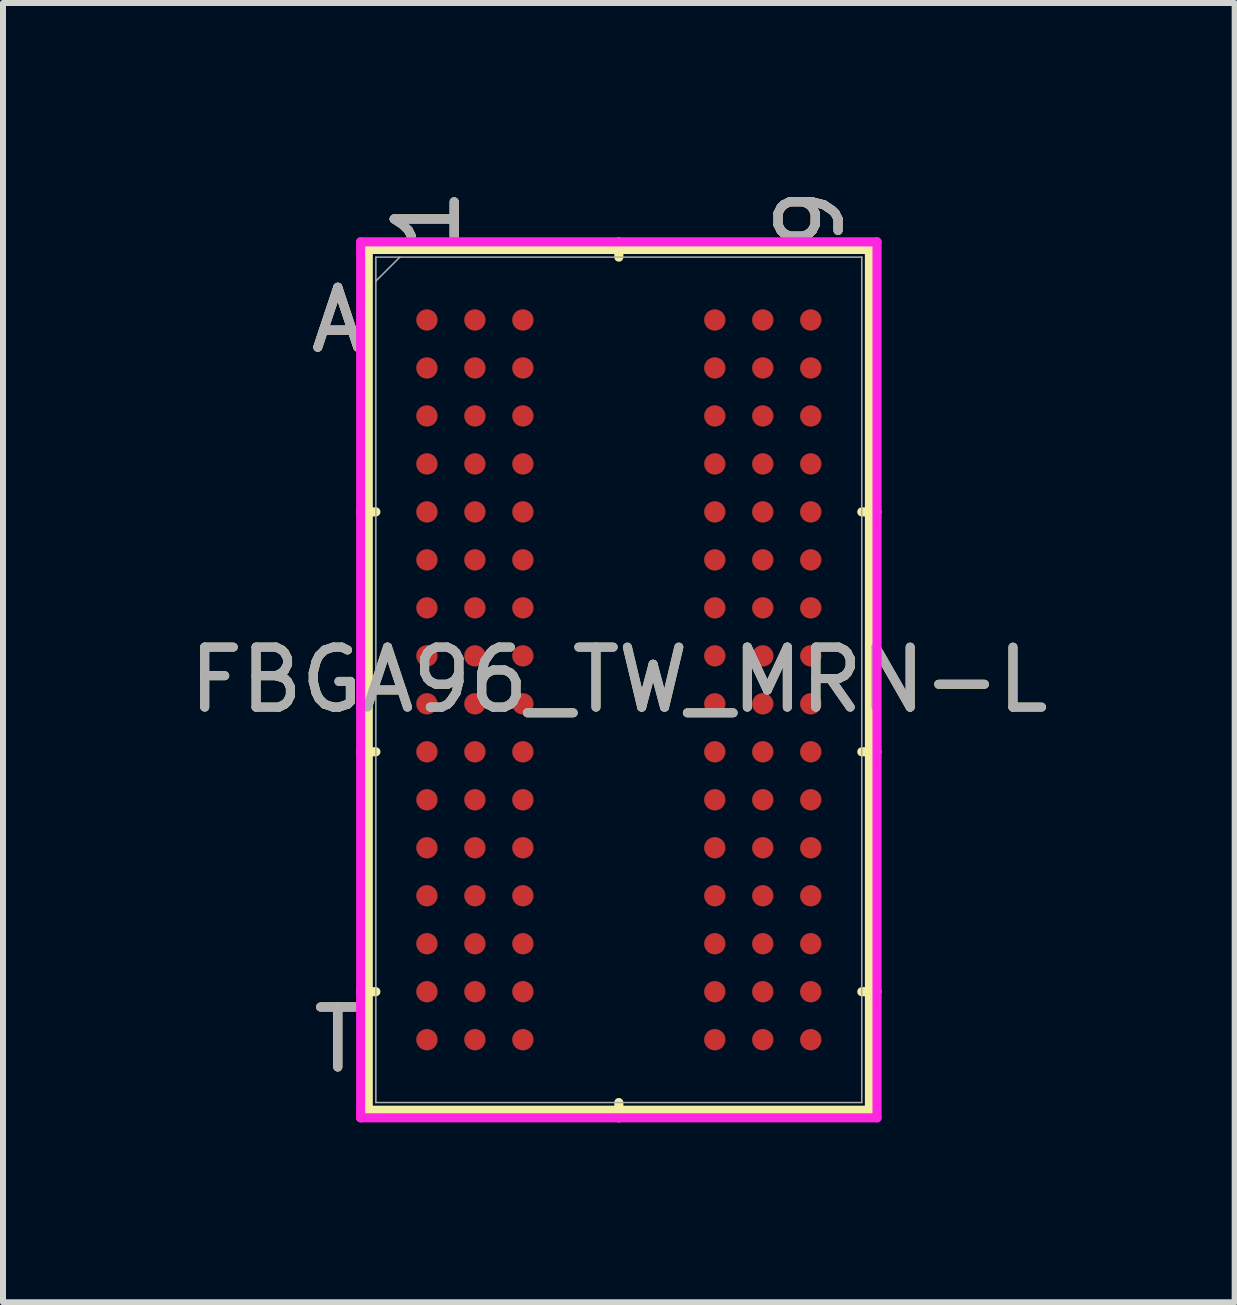
<source format=kicad_pcb>
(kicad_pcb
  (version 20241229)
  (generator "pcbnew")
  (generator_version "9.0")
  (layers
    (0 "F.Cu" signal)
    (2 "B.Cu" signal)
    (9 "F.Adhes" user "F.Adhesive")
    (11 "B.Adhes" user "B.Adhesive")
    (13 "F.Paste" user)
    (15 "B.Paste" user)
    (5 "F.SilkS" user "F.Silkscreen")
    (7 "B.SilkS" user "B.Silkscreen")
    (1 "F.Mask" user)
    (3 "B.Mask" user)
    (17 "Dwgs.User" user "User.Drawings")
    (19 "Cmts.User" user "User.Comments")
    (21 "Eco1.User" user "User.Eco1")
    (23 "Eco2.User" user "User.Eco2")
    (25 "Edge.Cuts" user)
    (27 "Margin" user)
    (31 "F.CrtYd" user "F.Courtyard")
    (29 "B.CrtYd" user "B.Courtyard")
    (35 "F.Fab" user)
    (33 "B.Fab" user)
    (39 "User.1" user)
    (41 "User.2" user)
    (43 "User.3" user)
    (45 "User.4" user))
  (footprint "FBGA96_TW_MRN-L"
    (layer "F.Cu")
    (at 7.268 8.285)
    (property "Reference" "FBGA96_TW_MRN-L" (at 0 0 0) (unlocked yes) (layer "F.SilkS") (effects (font (size 1 1) (thickness 0.15))))
    (attr smd)
    (fp_line (start -4.178 -7.176) (end -4.178 7.176) (stroke (width 0.152) (type solid)) (layer "F.SilkS"))
    (fp_line (start -4.178 7.176) (end 4.178 7.176) (stroke (width 0.152) (type solid)) (layer "F.SilkS"))
    (fp_line (start -4.051 -2.8) (end -4.305 -2.8) (stroke (width 0.152) (type solid)) (layer "F.SilkS"))
    (fp_line (start -4.051 1.2) (end -4.305 1.2) (stroke (width 0.152) (type solid)) (layer "F.SilkS"))
    (fp_line (start -4.051 5.2) (end -4.305 5.2) (stroke (width 0.152) (type solid)) (layer "F.SilkS"))
    (fp_line (start 0 -7.048) (end 0 -7.303) (stroke (width 0.152) (type solid)) (layer "F.SilkS"))
    (fp_line (start 0 7.048) (end 0 7.303) (stroke (width 0.152) (type solid)) (layer "F.SilkS"))
    (fp_line (start 4.051 -2.8) (end 4.305 -2.8) (stroke (width 0.152) (type solid)) (layer "F.SilkS"))
    (fp_line (start 4.051 1.2) (end 4.305 1.2) (stroke (width 0.152) (type solid)) (layer "F.SilkS"))
    (fp_line (start 4.051 5.2) (end 4.305 5.2) (stroke (width 0.152) (type solid)) (layer "F.SilkS"))
    (fp_line (start 4.178 -7.176) (end -4.178 -7.176) (stroke (width 0.152) (type solid)) (layer "F.SilkS"))
    (fp_line (start 4.178 7.176) (end 4.178 -7.176) (stroke (width 0.152) (type solid)) (layer "F.SilkS"))
    (fp_poly (pts (xy -4.045 -6.844) (xy 4.045 -6.844) (xy 4.045 6.844) (xy -4.045 6.844)) (stroke (width 0.1) (type solid)) (fill no) (layer "Eco2.User"))
    (fp_line (start -4.305 -7.303) (end 4.305 -7.303) (stroke (width 0.152) (type solid)) (layer "F.CrtYd"))
    (fp_line (start -4.305 7.303) (end -4.305 -7.303) (stroke (width 0.152) (type solid)) (layer "F.CrtYd"))
    (fp_line (start 4.305 -7.303) (end 4.305 7.303) (stroke (width 0.152) (type solid)) (layer "F.CrtYd"))
    (fp_line (start 4.305 7.303) (end -4.305 7.303) (stroke (width 0.152) (type solid)) (layer "F.CrtYd"))
    (fp_line (start -4.051 -7.048) (end -4.051 7.048) (stroke (width 0.025) (type solid)) (layer "F.Fab"))
    (fp_line (start -4.051 7.048) (end 4.051 7.048) (stroke (width 0.025) (type solid)) (layer "F.Fab"))
    (fp_line (start -3.651 -7.048) (end -4.051 -6.649) (stroke (width 0.025) (type solid)) (layer "F.Fab"))
    (fp_line (start 4.051 -7.048) (end -4.051 -7.048) (stroke (width 0.025) (type solid)) (layer "F.Fab"))
    (fp_line (start 4.051 7.048) (end 4.051 -7.048) (stroke (width 0.025) (type solid)) (layer "F.Fab"))
    (fp_text user "9" (at 3.2 -7.684 90) (unlocked yes) (layer "F.SilkS") (effects (font (size 1 1) (thickness 0.15))))
    (fp_text user "T" (at -4.686 6 0) (unlocked yes) (layer "F.SilkS") (effects (font (size 1 1) (thickness 0.15))))
    (fp_text user "A" (at -4.686 -6 0) (unlocked yes) (layer "F.SilkS") (effects (font (size 1 1) (thickness 0.15))))
    (fp_text user "1" (at -3.2 -7.684 90) (unlocked yes) (layer "F.SilkS") (effects (font (size 1 1) (thickness 0.15))))
    (fp_text user "1" (at -3.2 -7.684 90) (unlocked yes) (layer "B.SilkS") (effects (font (size 1 1) (thickness 0.15))))
    (fp_text user "9" (at 3.2 -7.684 90) (unlocked yes) (layer "B.SilkS") (effects (font (size 1 1) (thickness 0.15))))
    (fp_text user "A" (at -4.686 -6 0) (unlocked yes) (layer "B.SilkS") (effects (font (size 1 1) (thickness 0.15))))
    (fp_text user "T" (at -4.686 6 0) (unlocked yes) (layer "B.SilkS") (effects (font (size 1 1) (thickness 0.15))))
    (fp_text user "9" (at 3.2 -7.684 90) (unlocked yes) (layer "F.Fab") (effects (font (size 1 1) (thickness 0.15))))
    (fp_text user "T" (at -4.686 6 0) (unlocked yes) (layer "F.Fab") (effects (font (size 1 1) (thickness 0.15))))
    (fp_text user "A" (at -4.686 -6 0) (unlocked yes) (layer "F.Fab") (effects (font (size 1 1) (thickness 0.15))))
    (fp_text user "${REFERENCE}" (at 0 0 0) (unlocked yes) (layer "F.Fab") (effects (font (size 1 1) (thickness 0.15))))
    (fp_text user "1" (at -3.2 -7.684 90) (unlocked yes) (layer "F.Fab") (effects (font (size 1 1) (thickness 0.15))))
    (pad "A1" smd circle (at -3.2 -6) (size 0.356 0.356) (layers "F.Cu" "F.Mask" "F.Paste"))
    (pad "A2" smd circle (at -2.4 -6) (size 0.356 0.356) (layers "F.Cu" "F.Mask" "F.Paste"))
    (pad "A3" smd circle (at -1.6 -6) (size 0.356 0.356) (layers "F.Cu" "F.Mask" "F.Paste"))
    (pad "A7" smd circle (at 1.6 -6) (size 0.356 0.356) (layers "F.Cu" "F.Mask" "F.Paste"))
    (pad "A8" smd circle (at 2.4 -6) (size 0.356 0.356) (layers "F.Cu" "F.Mask" "F.Paste"))
    (pad "A9" smd circle (at 3.2 -6) (size 0.356 0.356) (layers "F.Cu" "F.Mask" "F.Paste"))
    (pad "B1" smd circle (at -3.2 -5.2) (size 0.356 0.356) (layers "F.Cu" "F.Mask" "F.Paste"))
    (pad "B2" smd circle (at -2.4 -5.2) (size 0.356 0.356) (layers "F.Cu" "F.Mask" "F.Paste"))
    (pad "B3" smd circle (at -1.6 -5.2) (size 0.356 0.356) (layers "F.Cu" "F.Mask" "F.Paste"))
    (pad "B7" smd circle (at 1.6 -5.2) (size 0.356 0.356) (layers "F.Cu" "F.Mask" "F.Paste"))
    (pad "B8" smd circle (at 2.4 -5.2) (size 0.356 0.356) (layers "F.Cu" "F.Mask" "F.Paste"))
    (pad "B9" smd circle (at 3.2 -5.2) (size 0.356 0.356) (layers "F.Cu" "F.Mask" "F.Paste"))
    (pad "C1" smd circle (at -3.2 -4.4) (size 0.356 0.356) (layers "F.Cu" "F.Mask" "F.Paste"))
    (pad "C2" smd circle (at -2.4 -4.4) (size 0.356 0.356) (layers "F.Cu" "F.Mask" "F.Paste"))
    (pad "C3" smd circle (at -1.6 -4.4) (size 0.356 0.356) (layers "F.Cu" "F.Mask" "F.Paste"))
    (pad "C7" smd circle (at 1.6 -4.4) (size 0.356 0.356) (layers "F.Cu" "F.Mask" "F.Paste"))
    (pad "C8" smd circle (at 2.4 -4.4) (size 0.356 0.356) (layers "F.Cu" "F.Mask" "F.Paste"))
    (pad "C9" smd circle (at 3.2 -4.4) (size 0.356 0.356) (layers "F.Cu" "F.Mask" "F.Paste"))
    (pad "D1" smd circle (at -3.2 -3.6) (size 0.356 0.356) (layers "F.Cu" "F.Mask" "F.Paste"))
    (pad "D2" smd circle (at -2.4 -3.6) (size 0.356 0.356) (layers "F.Cu" "F.Mask" "F.Paste"))
    (pad "D3" smd circle (at -1.6 -3.6) (size 0.356 0.356) (layers "F.Cu" "F.Mask" "F.Paste"))
    (pad "D7" smd circle (at 1.6 -3.6) (size 0.356 0.356) (layers "F.Cu" "F.Mask" "F.Paste"))
    (pad "D8" smd circle (at 2.4 -3.6) (size 0.356 0.356) (layers "F.Cu" "F.Mask" "F.Paste"))
    (pad "D9" smd circle (at 3.2 -3.6) (size 0.356 0.356) (layers "F.Cu" "F.Mask" "F.Paste"))
    (pad "E1" smd circle (at -3.2 -2.8) (size 0.356 0.356) (layers "F.Cu" "F.Mask" "F.Paste"))
    (pad "E2" smd circle (at -2.4 -2.8) (size 0.356 0.356) (layers "F.Cu" "F.Mask" "F.Paste"))
    (pad "E3" smd circle (at -1.6 -2.8) (size 0.356 0.356) (layers "F.Cu" "F.Mask" "F.Paste"))
    (pad "E7" smd circle (at 1.6 -2.8) (size 0.356 0.356) (layers "F.Cu" "F.Mask" "F.Paste"))
    (pad "E8" smd circle (at 2.4 -2.8) (size 0.356 0.356) (layers "F.Cu" "F.Mask" "F.Paste"))
    (pad "E9" smd circle (at 3.2 -2.8) (size 0.356 0.356) (layers "F.Cu" "F.Mask" "F.Paste"))
    (pad "F1" smd circle (at -3.2 -2) (size 0.356 0.356) (layers "F.Cu" "F.Mask" "F.Paste"))
    (pad "F2" smd circle (at -2.4 -2) (size 0.356 0.356) (layers "F.Cu" "F.Mask" "F.Paste"))
    (pad "F3" smd circle (at -1.6 -2) (size 0.356 0.356) (layers "F.Cu" "F.Mask" "F.Paste"))
    (pad "F7" smd circle (at 1.6 -2) (size 0.356 0.356) (layers "F.Cu" "F.Mask" "F.Paste"))
    (pad "F8" smd circle (at 2.4 -2) (size 0.356 0.356) (layers "F.Cu" "F.Mask" "F.Paste"))
    (pad "F9" smd circle (at 3.2 -2) (size 0.356 0.356) (layers "F.Cu" "F.Mask" "F.Paste"))
    (pad "G1" smd circle (at -3.2 -1.2) (size 0.356 0.356) (layers "F.Cu" "F.Mask" "F.Paste"))
    (pad "G2" smd circle (at -2.4 -1.2) (size 0.356 0.356) (layers "F.Cu" "F.Mask" "F.Paste"))
    (pad "G3" smd circle (at -1.6 -1.2) (size 0.356 0.356) (layers "F.Cu" "F.Mask" "F.Paste"))
    (pad "G7" smd circle (at 1.6 -1.2) (size 0.356 0.356) (layers "F.Cu" "F.Mask" "F.Paste"))
    (pad "G8" smd circle (at 2.4 -1.2) (size 0.356 0.356) (layers "F.Cu" "F.Mask" "F.Paste"))
    (pad "G9" smd circle (at 3.2 -1.2) (size 0.356 0.356) (layers "F.Cu" "F.Mask" "F.Paste"))
    (pad "H1" smd circle (at -3.2 -0.4) (size 0.356 0.356) (layers "F.Cu" "F.Mask" "F.Paste"))
    (pad "H2" smd circle (at -2.4 -0.4) (size 0.356 0.356) (layers "F.Cu" "F.Mask" "F.Paste"))
    (pad "H3" smd circle (at -1.6 -0.4) (size 0.356 0.356) (layers "F.Cu" "F.Mask" "F.Paste"))
    (pad "H7" smd circle (at 1.6 -0.4) (size 0.356 0.356) (layers "F.Cu" "F.Mask" "F.Paste"))
    (pad "H8" smd circle (at 2.4 -0.4) (size 0.356 0.356) (layers "F.Cu" "F.Mask" "F.Paste"))
    (pad "H9" smd circle (at 3.2 -0.4) (size 0.356 0.356) (layers "F.Cu" "F.Mask" "F.Paste"))
    (pad "J1" smd circle (at -3.2 0.4) (size 0.356 0.356) (layers "F.Cu" "F.Mask" "F.Paste"))
    (pad "J2" smd circle (at -2.4 0.4) (size 0.356 0.356) (layers "F.Cu" "F.Mask" "F.Paste"))
    (pad "J3" smd circle (at -1.6 0.4) (size 0.356 0.356) (layers "F.Cu" "F.Mask" "F.Paste"))
    (pad "J7" smd circle (at 1.6 0.4) (size 0.356 0.356) (layers "F.Cu" "F.Mask" "F.Paste"))
    (pad "J8" smd circle (at 2.4 0.4) (size 0.356 0.356) (layers "F.Cu" "F.Mask" "F.Paste"))
    (pad "J9" smd circle (at 3.2 0.4) (size 0.356 0.356) (layers "F.Cu" "F.Mask" "F.Paste"))
    (pad "K1" smd circle (at -3.2 1.2) (size 0.356 0.356) (layers "F.Cu" "F.Mask" "F.Paste"))
    (pad "K2" smd circle (at -2.4 1.2) (size 0.356 0.356) (layers "F.Cu" "F.Mask" "F.Paste"))
    (pad "K3" smd circle (at -1.6 1.2) (size 0.356 0.356) (layers "F.Cu" "F.Mask" "F.Paste"))
    (pad "K7" smd circle (at 1.6 1.2) (size 0.356 0.356) (layers "F.Cu" "F.Mask" "F.Paste"))
    (pad "K8" smd circle (at 2.4 1.2) (size 0.356 0.356) (layers "F.Cu" "F.Mask" "F.Paste"))
    (pad "K9" smd circle (at 3.2 1.2) (size 0.356 0.356) (layers "F.Cu" "F.Mask" "F.Paste"))
    (pad "L1" smd circle (at -3.2 2) (size 0.356 0.356) (layers "F.Cu" "F.Mask" "F.Paste"))
    (pad "L2" smd circle (at -2.4 2) (size 0.356 0.356) (layers "F.Cu" "F.Mask" "F.Paste"))
    (pad "L3" smd circle (at -1.6 2) (size 0.356 0.356) (layers "F.Cu" "F.Mask" "F.Paste"))
    (pad "L7" smd circle (at 1.6 2) (size 0.356 0.356) (layers "F.Cu" "F.Mask" "F.Paste"))
    (pad "L8" smd circle (at 2.4 2) (size 0.356 0.356) (layers "F.Cu" "F.Mask" "F.Paste"))
    (pad "L9" smd circle (at 3.2 2) (size 0.356 0.356) (layers "F.Cu" "F.Mask" "F.Paste"))
    (pad "M1" smd circle (at -3.2 2.8) (size 0.356 0.356) (layers "F.Cu" "F.Mask" "F.Paste"))
    (pad "M2" smd circle (at -2.4 2.8) (size 0.356 0.356) (layers "F.Cu" "F.Mask" "F.Paste"))
    (pad "M3" smd circle (at -1.6 2.8) (size 0.356 0.356) (layers "F.Cu" "F.Mask" "F.Paste"))
    (pad "M7" smd circle (at 1.6 2.8) (size 0.356 0.356) (layers "F.Cu" "F.Mask" "F.Paste"))
    (pad "M8" smd circle (at 2.4 2.8) (size 0.356 0.356) (layers "F.Cu" "F.Mask" "F.Paste"))
    (pad "M9" smd circle (at 3.2 2.8) (size 0.356 0.356) (layers "F.Cu" "F.Mask" "F.Paste"))
    (pad "N1" smd circle (at -3.2 3.6) (size 0.356 0.356) (layers "F.Cu" "F.Mask" "F.Paste"))
    (pad "N2" smd circle (at -2.4 3.6) (size 0.356 0.356) (layers "F.Cu" "F.Mask" "F.Paste"))
    (pad "N3" smd circle (at -1.6 3.6) (size 0.356 0.356) (layers "F.Cu" "F.Mask" "F.Paste"))
    (pad "N7" smd circle (at 1.6 3.6) (size 0.356 0.356) (layers "F.Cu" "F.Mask" "F.Paste"))
    (pad "N8" smd circle (at 2.4 3.6) (size 0.356 0.356) (layers "F.Cu" "F.Mask" "F.Paste"))
    (pad "N9" smd circle (at 3.2 3.6) (size 0.356 0.356) (layers "F.Cu" "F.Mask" "F.Paste"))
    (pad "P1" smd circle (at -3.2 4.4) (size 0.356 0.356) (layers "F.Cu" "F.Mask" "F.Paste"))
    (pad "P2" smd circle (at -2.4 4.4) (size 0.356 0.356) (layers "F.Cu" "F.Mask" "F.Paste"))
    (pad "P3" smd circle (at -1.6 4.4) (size 0.356 0.356) (layers "F.Cu" "F.Mask" "F.Paste"))
    (pad "P7" smd circle (at 1.6 4.4) (size 0.356 0.356) (layers "F.Cu" "F.Mask" "F.Paste"))
    (pad "P8" smd circle (at 2.4 4.4) (size 0.356 0.356) (layers "F.Cu" "F.Mask" "F.Paste"))
    (pad "P9" smd circle (at 3.2 4.4) (size 0.356 0.356) (layers "F.Cu" "F.Mask" "F.Paste"))
    (pad "R1" smd circle (at -3.2 5.2) (size 0.356 0.356) (layers "F.Cu" "F.Mask" "F.Paste"))
    (pad "R2" smd circle (at -2.4 5.2) (size 0.356 0.356) (layers "F.Cu" "F.Mask" "F.Paste"))
    (pad "R3" smd circle (at -1.6 5.2) (size 0.356 0.356) (layers "F.Cu" "F.Mask" "F.Paste"))
    (pad "R7" smd circle (at 1.6 5.2) (size 0.356 0.356) (layers "F.Cu" "F.Mask" "F.Paste"))
    (pad "R8" smd circle (at 2.4 5.2) (size 0.356 0.356) (layers "F.Cu" "F.Mask" "F.Paste"))
    (pad "R9" smd circle (at 3.2 5.2) (size 0.356 0.356) (layers "F.Cu" "F.Mask" "F.Paste"))
    (pad "T1" smd circle (at -3.2 6) (size 0.356 0.356) (layers "F.Cu" "F.Mask" "F.Paste"))
    (pad "T2" smd circle (at -2.4 6) (size 0.356 0.356) (layers "F.Cu" "F.Mask" "F.Paste"))
    (pad "T3" smd circle (at -1.6 6) (size 0.356 0.356) (layers "F.Cu" "F.Mask" "F.Paste"))
    (pad "T7" smd circle (at 1.6 6) (size 0.356 0.356) (layers "F.Cu" "F.Mask" "F.Paste"))
    (pad "T8" smd circle (at 2.4 6) (size 0.356 0.356) (layers "F.Cu" "F.Mask" "F.Paste"))
    (pad "T9" smd circle (at 3.2 6) (size 0.356 0.356) (layers "F.Cu" "F.Mask" "F.Paste")))
  (gr_rect
    (start -3 -3)
    (end 17.536 18.663)
    (stroke (width 0.1) (type default))
    (fill no)
    (layer "Edge.Cuts")))
</source>
